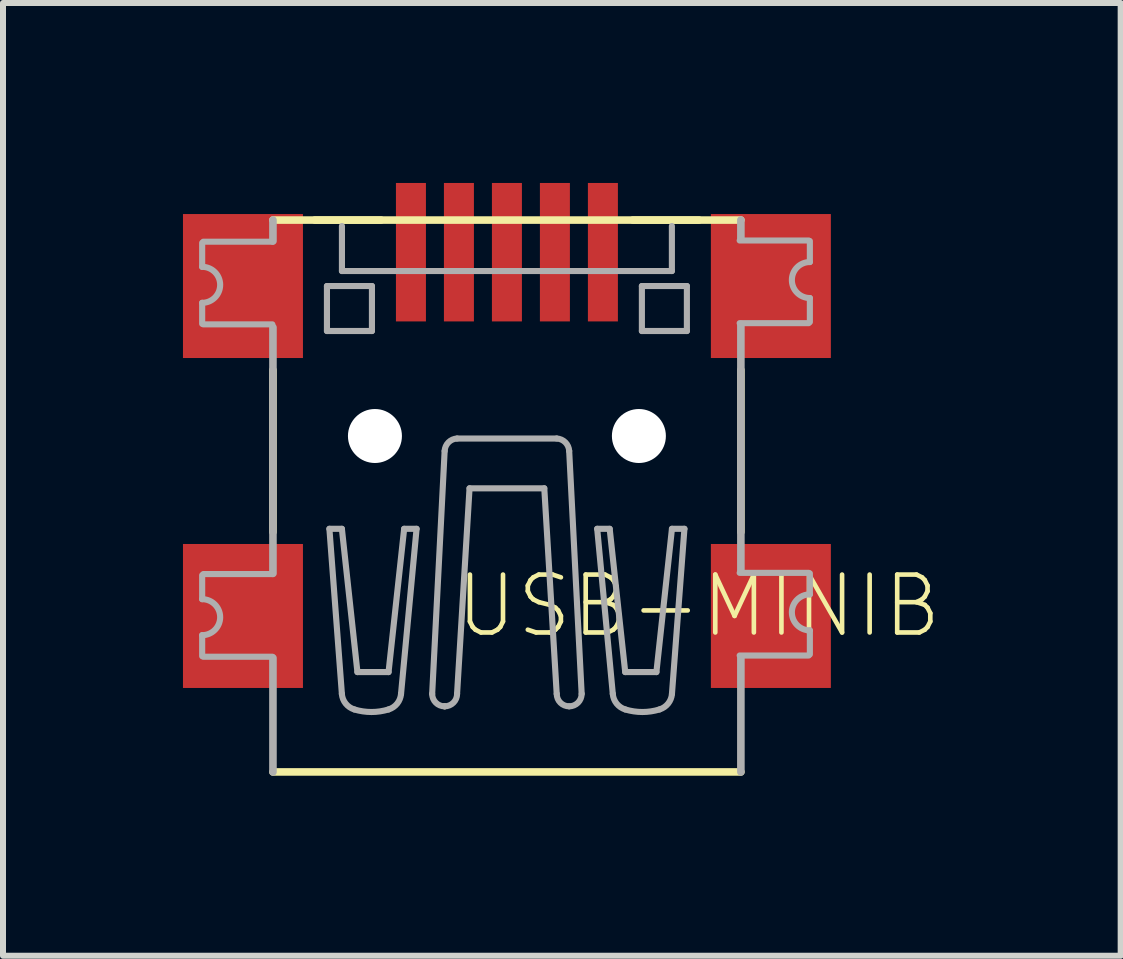
<source format=kicad_pcb>
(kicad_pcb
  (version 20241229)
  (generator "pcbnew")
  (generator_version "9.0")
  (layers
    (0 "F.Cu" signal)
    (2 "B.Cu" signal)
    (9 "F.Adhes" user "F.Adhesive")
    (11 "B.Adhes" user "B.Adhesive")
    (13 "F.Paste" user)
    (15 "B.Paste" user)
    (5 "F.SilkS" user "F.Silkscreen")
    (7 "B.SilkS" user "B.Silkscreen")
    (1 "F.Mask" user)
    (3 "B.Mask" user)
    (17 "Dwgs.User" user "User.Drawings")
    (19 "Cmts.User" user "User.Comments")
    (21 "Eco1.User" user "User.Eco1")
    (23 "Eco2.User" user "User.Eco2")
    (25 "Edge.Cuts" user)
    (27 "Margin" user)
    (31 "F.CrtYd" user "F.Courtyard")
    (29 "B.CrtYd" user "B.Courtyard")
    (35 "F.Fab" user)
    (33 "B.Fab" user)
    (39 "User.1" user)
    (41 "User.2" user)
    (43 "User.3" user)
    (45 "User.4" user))
  (footprint "USB-MINIB"
    (layer "F.Cu")
    (at 5.4 5.218)
    (property "Reference" "USB-MINIB" (at -0.897 2.397 180) (layer "F.SilkS") (effects (font (size 0.965 0.965) (thickness 0.077)) (justify left bottom)))
    (attr through_hole)
    (fp_line (start -3.9 -4.6) (end 3.9 -4.6) (stroke (width 0.127) (type solid)) (layer "F.SilkS"))
    (fp_line (start -3.9 0.6) (end -3.9 -2.1) (stroke (width 0.127) (type solid)) (layer "F.SilkS"))
    (fp_line (start -3.9 4.6) (end 3.9 4.6) (stroke (width 0.127) (type solid)) (layer "F.SilkS"))
    (fp_line (start -3.2 -4.6) (end -2.1 -4.6) (stroke (width 0.127) (type solid)) (layer "F.SilkS"))
    (fp_line (start -1.038 3.506) (end -1.038 3.506) (stroke (width 0.102) (type solid)) (layer "F.SilkS"))
    (fp_line (start 2.1 -4.6) (end 3.2 -4.6) (stroke (width 0.127) (type solid)) (layer "F.SilkS"))
    (fp_line (start 3.9 -2.1) (end 3.9 0.6) (stroke (width 0.127) (type solid)) (layer "F.SilkS"))
    (fp_line (start -5.08 -4.22) (end -5.08 -3.82) (stroke (width 0.102) (type solid)) (layer "F.Fab"))
    (fp_line (start -5.08 -2.87) (end -5.08 -3.22) (stroke (width 0.102) (type solid)) (layer "F.Fab"))
    (fp_line (start -5.08 1.32) (end -5.08 1.72) (stroke (width 0.102) (type solid)) (layer "F.Fab"))
    (fp_line (start -5.08 2.67) (end -5.08 2.32) (stroke (width 0.102) (type solid)) (layer "F.Fab"))
    (fp_line (start -5.06 -4.239) (end -3.91 -4.239) (stroke (width 0.102) (type solid)) (layer "F.Fab"))
    (fp_line (start -5.06 1.301) (end -3.91 1.301) (stroke (width 0.102) (type solid)) (layer "F.Fab"))
    (fp_line (start -3.91 -2.861) (end -5.06 -2.861) (stroke (width 0.102) (type solid)) (layer "F.Fab"))
    (fp_line (start -3.91 2.679) (end -5.06 2.679) (stroke (width 0.102) (type solid)) (layer "F.Fab"))
    (fp_line (start -3.9 -4.6) (end -3.9 -4.25) (stroke (width 0.127) (type solid)) (layer "F.Fab"))
    (fp_line (start -3.9 1.29) (end -3.9 -2.81) (stroke (width 0.127) (type solid)) (layer "F.Fab"))
    (fp_line (start -3.9 4.6) (end -3.9 2.7) (stroke (width 0.127) (type solid)) (layer "F.Fab"))
    (fp_line (start -3 -3.5) (end -2.25 -3.5) (stroke (width 0.102) (type solid)) (layer "F.Fab"))
    (fp_line (start -3 -2.75) (end -3 -3.5) (stroke (width 0.102) (type solid)) (layer "F.Fab"))
    (fp_line (start -2.959 0.547) (end -2.751 3.299) (stroke (width 0.102) (type solid)) (layer "F.Fab"))
    (fp_line (start -2.751 0.547) (end -2.959 0.547) (stroke (width 0.102) (type solid)) (layer "F.Fab"))
    (fp_line (start -2.75 -4.5) (end -2.75 -3.75) (stroke (width 0.102) (type solid)) (layer "F.Fab"))
    (fp_line (start -2.75 -3.75) (end 2.75 -3.75) (stroke (width 0.102) (type solid)) (layer "F.Fab"))
    (fp_line (start -2.492 2.935) (end -2.751 0.547) (stroke (width 0.102) (type solid)) (layer "F.Fab"))
    (fp_line (start -2.25 -3.5) (end -2.25 -2.75) (stroke (width 0.102) (type solid)) (layer "F.Fab"))
    (fp_line (start -2.25 -2.75) (end -3 -2.75) (stroke (width 0.102) (type solid)) (layer "F.Fab"))
    (fp_line (start -1.973 2.935) (end -2.492 2.935) (stroke (width 0.102) (type solid)) (layer "F.Fab"))
    (fp_line (start -1.765 3.299) (end -1.506 0.547) (stroke (width 0.102) (type solid)) (layer "F.Fab"))
    (fp_line (start -1.713 0.547) (end -1.973 2.935) (stroke (width 0.102) (type solid)) (layer "F.Fab"))
    (fp_line (start -1.506 0.547) (end -1.713 0.547) (stroke (width 0.102) (type solid)) (layer "F.Fab"))
    (fp_line (start -1.246 3.298) (end -1.038 -0.751) (stroke (width 0.102) (type solid)) (layer "F.Fab"))
    (fp_line (start -0.831 3.299) (end -0.623 -0.128) (stroke (width 0.102) (type solid)) (layer "F.Fab"))
    (fp_line (start 0.623 -0.128) (end -0.623 -0.128) (stroke (width 0.102) (type solid)) (layer "F.Fab"))
    (fp_line (start 0.83 -0.958) (end -0.831 -0.958) (stroke (width 0.102) (type solid)) (layer "F.Fab"))
    (fp_line (start 0.83 3.299) (end 0.623 -0.128) (stroke (width 0.102) (type solid)) (layer "F.Fab"))
    (fp_line (start 1.246 3.298) (end 1.038 -0.751) (stroke (width 0.102) (type solid)) (layer "F.Fab"))
    (fp_line (start 1.505 0.547) (end 1.713 0.547) (stroke (width 0.102) (type solid)) (layer "F.Fab"))
    (fp_line (start 1.713 0.547) (end 1.972 2.935) (stroke (width 0.102) (type solid)) (layer "F.Fab"))
    (fp_line (start 1.765 3.299) (end 1.505 0.547) (stroke (width 0.102) (type solid)) (layer "F.Fab"))
    (fp_line (start 1.972 2.935) (end 2.492 2.935) (stroke (width 0.102) (type solid)) (layer "F.Fab"))
    (fp_line (start 2.25 -3.5) (end 2.25 -2.75) (stroke (width 0.102) (type solid)) (layer "F.Fab"))
    (fp_line (start 2.25 -2.75) (end 3 -2.75) (stroke (width 0.102) (type solid)) (layer "F.Fab"))
    (fp_line (start 2.492 2.935) (end 2.751 0.547) (stroke (width 0.102) (type solid)) (layer "F.Fab"))
    (fp_line (start 2.75 -3.75) (end 2.75 -4.5) (stroke (width 0.102) (type solid)) (layer "F.Fab"))
    (fp_line (start 2.751 0.547) (end 2.959 0.547) (stroke (width 0.102) (type solid)) (layer "F.Fab"))
    (fp_line (start 2.959 0.547) (end 2.751 3.299) (stroke (width 0.102) (type solid)) (layer "F.Fab"))
    (fp_line (start 3 -3.5) (end 2.25 -3.5) (stroke (width 0.102) (type solid)) (layer "F.Fab"))
    (fp_line (start 3 -2.75) (end 3 -3.5) (stroke (width 0.102) (type solid)) (layer "F.Fab"))
    (fp_line (start 3.88 -4.259) (end 5.03 -4.259) (stroke (width 0.102) (type solid)) (layer "F.Fab"))
    (fp_line (start 3.88 1.281) (end 5.03 1.281) (stroke (width 0.102) (type solid)) (layer "F.Fab"))
    (fp_line (start 3.9 -4.6) (end 3.9 -4.3) (stroke (width 0.127) (type solid)) (layer "F.Fab"))
    (fp_line (start 3.9 1.24) (end 3.9 -2.86) (stroke (width 0.127) (type solid)) (layer "F.Fab"))
    (fp_line (start 3.9 4.6) (end 3.9 2.7) (stroke (width 0.127) (type solid)) (layer "F.Fab"))
    (fp_line (start 5.03 -2.881) (end 3.88 -2.881) (stroke (width 0.102) (type solid)) (layer "F.Fab"))
    (fp_line (start 5.03 2.659) (end 3.88 2.659) (stroke (width 0.102) (type solid)) (layer "F.Fab"))
    (fp_line (start 5.05 -4.25) (end 5.05 -3.9) (stroke (width 0.102) (type solid)) (layer "F.Fab"))
    (fp_line (start 5.05 -2.9) (end 5.05 -3.3) (stroke (width 0.102) (type solid)) (layer "F.Fab"))
    (fp_line (start 5.05 1.29) (end 5.05 1.64) (stroke (width 0.102) (type solid)) (layer "F.Fab"))
    (fp_line (start 5.05 2.64) (end 5.05 2.24) (stroke (width 0.102) (type solid)) (layer "F.Fab"))
    (fp_arc (start -5.08 -3.82) (mid -4.78 -3.52) (end -5.08 -3.22) (stroke (width 0.1016) (type solid)) (layer "F.Fab"))
    (fp_arc (start -5.08 1.72) (mid -4.78 2.02) (end -5.08 2.32) (stroke (width 0.1016) (type solid)) (layer "F.Fab"))
    (fp_arc (start -2.5438 3.558) (mid -2.687659 3.460297) (end -2.7514 3.2985) (stroke (width 0.1016) (type solid)) (layer "F.Fab"))
    (fp_arc (start -1.9727 3.558) (mid -2.25825 3.600802) (end -2.5438 3.558) (stroke (width 0.1016) (type solid)) (layer "F.Fab"))
    (fp_arc (start -1.765099 3.298501) (mid -1.828841 3.460298) (end -1.9727 3.558) (stroke (width 0.1016) (type solid)) (layer "F.Fab"))
    (fp_arc (start -1.0383 -0.7508) (mid -0.974176 -0.894346) (end -0.830599 -0.958401) (stroke (width 0.1016) (type solid)) (layer "F.Fab"))
    (fp_arc (start -1.0383 3.5061) (mid -1.185095 3.445295) (end -1.2459 3.2985) (stroke (width 0.1016) (type solid)) (layer "F.Fab"))
    (fp_arc (start -0.8306 3.2985) (mid -0.891405 3.445295) (end -1.0382 3.5061) (stroke (width 0.1016) (type solid)) (layer "F.Fab"))
    (fp_arc (start 0.830398 -0.9584) (mid 0.97395 -0.894321) (end 1.0381 -0.7508) (stroke (width 0.1016) (type solid)) (layer "F.Fab"))
    (fp_arc (start 1.038 3.5061) (mid 0.891205 3.445295) (end 0.8304 3.2985) (stroke (width 0.1016) (type solid)) (layer "F.Fab"))
    (fp_arc (start 1.2457 3.2985) (mid 1.184895 3.445295) (end 1.0381 3.5061) (stroke (width 0.1016) (type solid)) (layer "F.Fab"))
    (fp_arc (start 1.9725 3.558) (mid 1.828641 3.460298) (end 1.764899 3.298501) (stroke (width 0.1016) (type solid)) (layer "F.Fab"))
    (fp_arc (start 2.5436 3.558) (mid 2.25805 3.600802) (end 1.9725 3.558) (stroke (width 0.1016) (type solid)) (layer "F.Fab"))
    (fp_arc (start 2.7512 3.2985) (mid 2.687459 3.460297) (end 2.5436 3.558) (stroke (width 0.1016) (type solid)) (layer "F.Fab"))
    (fp_arc (start 5.05 -3.3) (mid 4.75 -3.6) (end 5.05 -3.9) (stroke (width 0.1016) (type solid)) (layer "F.Fab"))
    (fp_arc (start 5.05 2.24) (mid 4.75 1.94) (end 5.05 1.64) (stroke (width 0.1016) (type solid)) (layer "F.Fab"))
    (pad "" np_thru_hole circle (at -2.2 -1) (size 0.9 0.9) (drill 0.9) (layers "*.Cu" "*.Mask"))
    (pad "" np_thru_hole circle (at 2.2 -1) (size 0.9 0.9) (drill 0.9) (layers "*.Cu" "*.Mask"))
    (pad "D+" smd rect (at 0 -4.064 180) (size 0.5 2.308) (layers "F.Cu" "F.Mask" "F.Paste"))
    (pad "D-" smd rect (at -0.8 -4.064 180) (size 0.5 2.308) (layers "F.Cu" "F.Mask" "F.Paste"))
    (pad "GND" smd rect (at 1.6 -4.064 180) (size 0.5 2.308) (layers "F.Cu" "F.Mask" "F.Paste"))
    (pad "GND1" smd rect (at -4.4 2) (size 2 2.4) (layers "F.Cu" "F.Mask" "F.Paste"))
    (pad "GND2" smd rect (at -4.4 -3.5) (size 2 2.4) (layers "F.Cu" "F.Mask" "F.Paste"))
    (pad "GND3" smd rect (at 4.4 -3.5) (size 2 2.4) (layers "F.Cu" "F.Mask" "F.Paste"))
    (pad "GND4" smd rect (at 4.4 2) (size 2 2.4) (layers "F.Cu" "F.Mask" "F.Paste"))
    (pad "ID" smd rect (at 0.8 -4.064 180) (size 0.5 2.308) (layers "F.Cu" "F.Mask" "F.Paste"))
    (pad "VBUS" smd rect (at -1.6 -4.064 180) (size 0.5 2.308) (layers "F.Cu" "F.Mask" "F.Paste")))
  (gr_rect
    (start -3 -3)
    (end 15.631 12.882)
    (stroke (width 0.1) (type default))
    (fill no)
    (layer "Edge.Cuts")))
</source>
